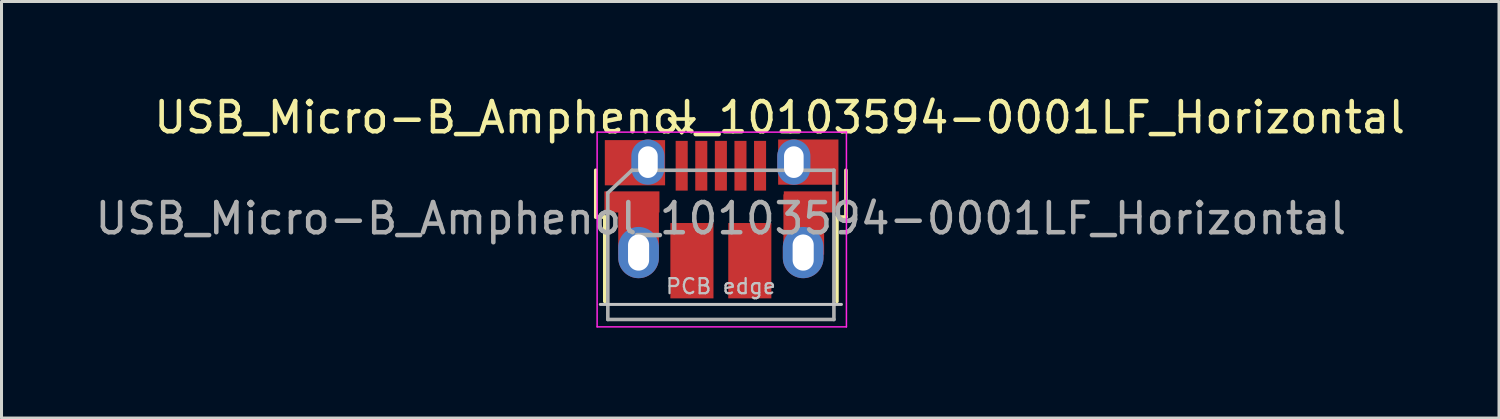
<source format=kicad_pcb>
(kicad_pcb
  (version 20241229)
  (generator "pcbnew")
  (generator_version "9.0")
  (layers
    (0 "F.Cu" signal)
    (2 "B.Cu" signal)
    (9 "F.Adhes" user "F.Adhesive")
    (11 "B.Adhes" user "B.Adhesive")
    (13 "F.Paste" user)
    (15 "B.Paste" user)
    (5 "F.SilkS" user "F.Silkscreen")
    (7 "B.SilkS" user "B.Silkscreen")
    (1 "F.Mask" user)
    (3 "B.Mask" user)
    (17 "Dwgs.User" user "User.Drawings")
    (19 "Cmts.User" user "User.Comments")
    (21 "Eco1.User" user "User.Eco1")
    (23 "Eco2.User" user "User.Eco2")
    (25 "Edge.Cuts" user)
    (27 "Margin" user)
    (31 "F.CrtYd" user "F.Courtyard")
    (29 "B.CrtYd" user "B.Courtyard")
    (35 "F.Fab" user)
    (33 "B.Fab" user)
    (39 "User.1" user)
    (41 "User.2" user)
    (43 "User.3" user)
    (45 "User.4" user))
  (footprint "USB_Micro-B_Amphenol_10103594-0001LF_Horizontal"
    (layer "F.Cu")
    (at 20.888 4.213)
    (property "Reference" "USB_Micro-B_Amphenol_10103594-0001LF_Horizontal" (at 1.925 -3.365 0) (layer "F.SilkS") (effects (font (size 1 1) (thickness 0.15))))
    (attr smd)
    (fp_line (start -4.175 -0.065) (end -4.175 -1.615) (stroke (width 0.12) (type solid)) (layer "F.SilkS"))
    (fp_line (start -4.175 -0.065) (end -3.875 -0.065) (stroke (width 0.12) (type solid)) (layer "F.SilkS"))
    (fp_line (start -3.875 2.735) (end -3.875 -0.065) (stroke (width 0.12) (type solid)) (layer "F.SilkS"))
    (fp_line (start -1.725 -3.315) (end -0.925 -3.315) (stroke (width 0.12) (type solid)) (layer "F.SilkS"))
    (fp_line (start -1.325 -2.865) (end -1.725 -3.315) (stroke (width 0.12) (type solid)) (layer "F.SilkS"))
    (fp_line (start -0.925 -3.315) (end -1.325 -2.865) (stroke (width 0.12) (type solid)) (layer "F.SilkS"))
    (fp_line (start 3.825 -0.065) (end 4.125 -0.065) (stroke (width 0.12) (type solid)) (layer "F.SilkS"))
    (fp_line (start 3.825 2.735) (end 3.825 -0.065) (stroke (width 0.12) (type solid)) (layer "F.SilkS"))
    (fp_line (start 4.125 -0.065) (end 4.125 -1.615) (stroke (width 0.12) (type solid)) (layer "F.SilkS"))
    (fp_line (start -4.025 2.835) (end 3.975 2.835) (stroke (width 0.1) (type solid)) (layer "Dwgs.User"))
    (fp_line (start -4.13 -2.88) (end -4.13 3.58) (stroke (width 0.05) (type solid)) (layer "F.CrtYd"))
    (fp_line (start -4.13 -2.88) (end 4.14 -2.88) (stroke (width 0.05) (type solid)) (layer "F.CrtYd"))
    (fp_line (start 4.14 3.58) (end -4.13 3.58) (stroke (width 0.05) (type solid)) (layer "F.CrtYd"))
    (fp_line (start 4.14 3.58) (end 4.14 -2.88) (stroke (width 0.05) (type solid)) (layer "F.CrtYd"))
    (fp_line (start -3.775 -0.865) (end -2.975 -1.615) (stroke (width 0.12) (type solid)) (layer "F.Fab"))
    (fp_line (start -3.775 3.335) (end -3.775 -0.865) (stroke (width 0.12) (type solid)) (layer "F.Fab"))
    (fp_line (start -2.975 -1.615) (end 3.725 -1.615) (stroke (width 0.12) (type solid)) (layer "F.Fab"))
    (fp_line (start 3.725 -1.615) (end 3.725 3.335) (stroke (width 0.12) (type solid)) (layer "F.Fab"))
    (fp_line (start 3.725 3.335) (end -3.775 3.335) (stroke (width 0.12) (type solid)) (layer "F.Fab"))
    (fp_text user "PCB edge" (at -0.025 2.235 0) (layer "Dwgs.User") (effects (font (size 0.5 0.5) (thickness 0.075))))
    (fp_text user "${REFERENCE}" (at -0.025 -0.015 0) (layer "F.Fab") (effects (font (size 1 1) (thickness 0.15))))
    (pad "1" smd rect (at -1.325 -1.765 90) (size 1.65 0.4) (layers "F.Cu" "F.Mask" "F.Paste"))
    (pad "2" smd rect (at -0.675 -1.765 90) (size 1.65 0.4) (layers "F.Cu" "F.Mask" "F.Paste"))
    (pad "3" smd rect (at -0.025 -1.765 90) (size 1.65 0.4) (layers "F.Cu" "F.Mask" "F.Paste"))
    (pad "4" smd rect (at 0.625 -1.765 90) (size 1.65 0.4) (layers "F.Cu" "F.Mask" "F.Paste"))
    (pad "5" smd rect (at 1.275 -1.765 90) (size 1.65 0.4) (layers "F.Cu" "F.Mask" "F.Paste"))
    (pad "6" smd rect (at -2.975 -0.565) (size 1.825 0.7) (layers "F.Cu" "F.Mask" "F.Paste"))
    (pad "6" smd rect (at -2.875 -1.865) (size 2 1.5) (layers "F.Cu" "F.Mask" "F.Paste"))
    (pad "6" smd rect (at -2.755 0.185) (size 1.35 2) (layers "F.Cu" "F.Mask" "F.Paste"))
    (pad "6" thru_hole oval (at -2.755 1.115 90) (size 1.7 1.35) (drill oval 1.2 0.7) (layers "*.Cu" "*.Mask"))
    (pad "6" thru_hole oval (at -2.445 -1.885 90) (size 1.5 1.1) (drill oval 1.05 0.65) (layers "*.Cu" "*.Mask"))
    (pad "6" smd rect (at -0.985 1.385 90) (size 2.5 1.43) (layers "F.Cu" "F.Mask" "F.Paste"))
    (pad "6" smd rect (at 0.935 1.385 90) (size 2.5 1.43) (layers "F.Cu" "F.Mask" "F.Paste"))
    (pad "6" thru_hole oval (at 2.395 -1.885 90) (size 1.5 1.1) (drill oval 1.05 0.65) (layers "*.Cu" "*.Mask"))
    (pad "6" thru_hole oval (at 2.705 1.115 90) (size 1.7 1.35) (drill oval 1.2 0.7) (layers "*.Cu" "*.Mask"))
    (pad "6" smd rect (at 2.725 0.185) (size 1.35 2) (layers "F.Cu" "F.Mask" "F.Paste"))
    (pad "6" smd rect (at 2.875 -1.885) (size 2 1.5) (layers "F.Cu" "F.Mask" "F.Paste"))
    (pad "6" smd rect (at 2.975 -0.565) (size 1.825 0.7) (layers "F.Cu" "F.Mask" "F.Paste")))
  (gr_rect
    (start -3 -3)
    (end 46.676 10.818)
    (stroke (width 0.1) (type default))
    (fill no)
    (layer "Edge.Cuts")))
</source>
